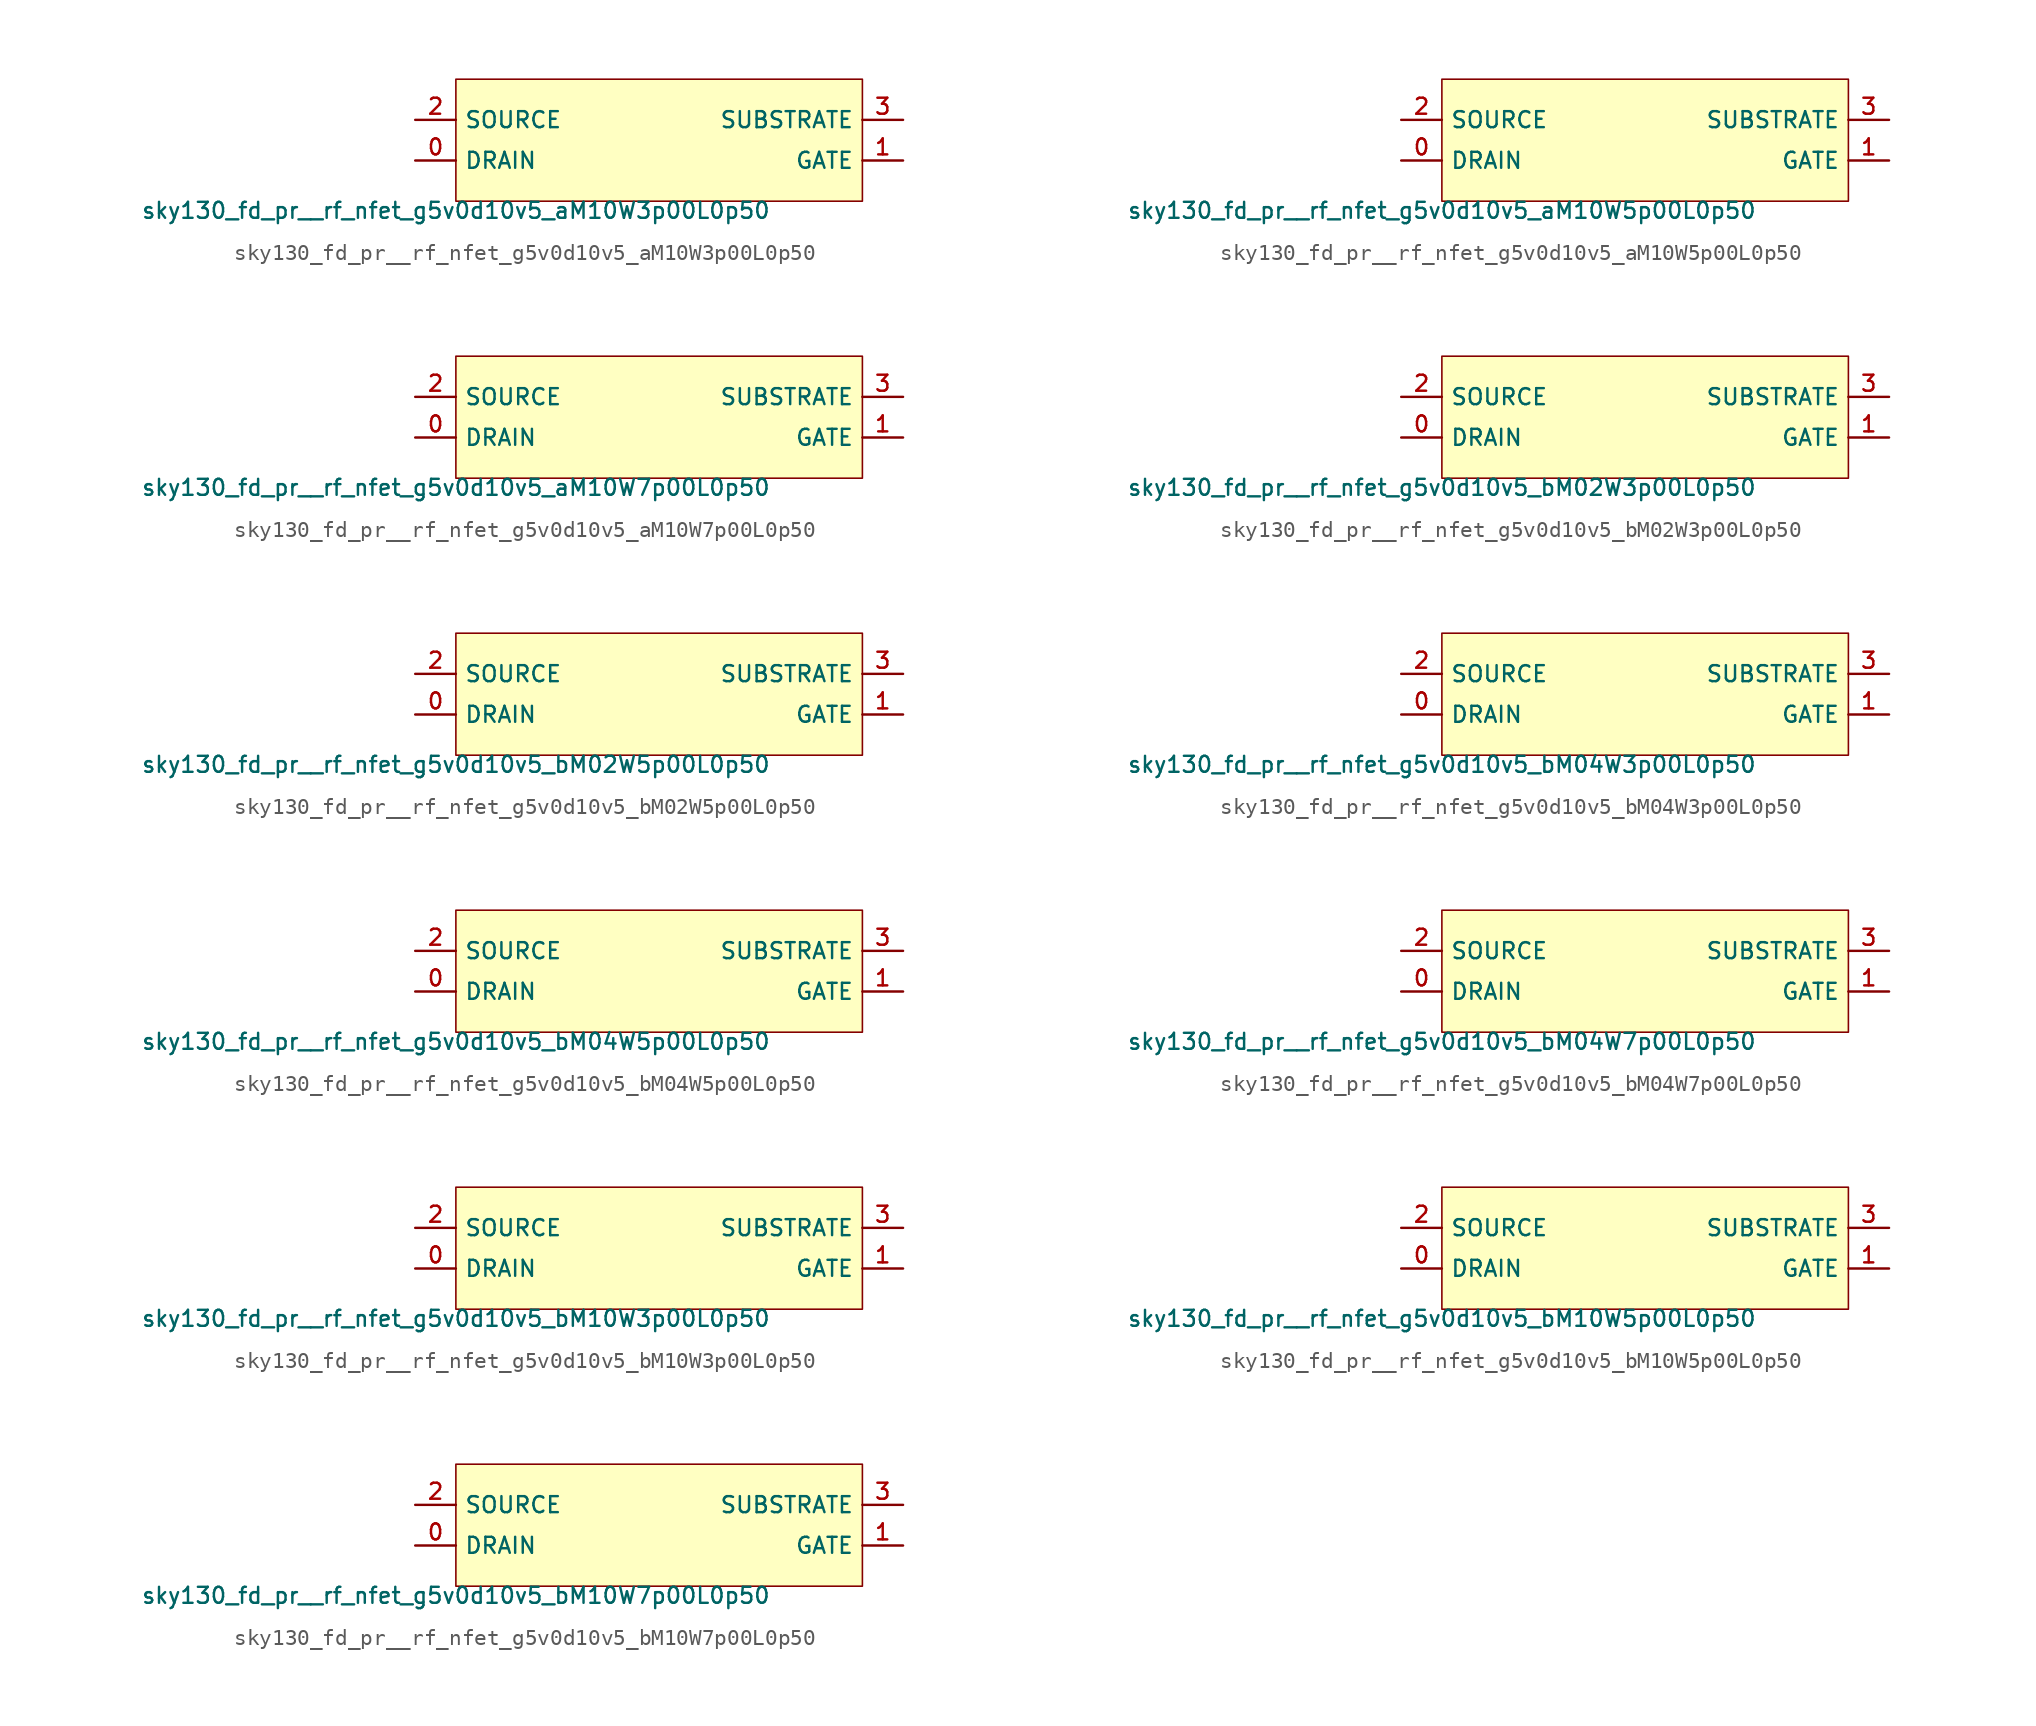
<source format=kicad_sym>
(kicad_symbol_lib
  (version 20211014)
  (generator lef2kicad_sym)
  (symbol "sky130_fd_pr__rf_nfet_g5v0d10v5_aM10W3p00L0p50"
    (property "Reference" "X"
      (at 0 0 0)
      (effects (font (size 1 1)) hide))
    (property "Value" "sky130_fd_pr__rf_nfet_g5v0d10v5_aM10W3p00L0p50"
      (at -12.7 -3.81 0)
      (effects (font (size 1 1)) (justify top)))
    (rectangle
      (start -12.7 -3.81)
      (end 12.7 3.81)
      (stroke (width 0.1) (type solid) (color 0 0 0 0))
      (fill (type background)))
    (pin bidirectional line
      (at -15.24 -1.27 0)
      (length 2.54)
      (name "DRAIN" (effects (font (size 1 1)) hide))
      (number "0" (effects (font (size 1 1)) hide)))
    (pin bidirectional line
      (at 15.24 -1.27 180)
      (length 2.54)
      (name "GATE" (effects (font (size 1 1)) hide))
      (number "1" (effects (font (size 1 1)) hide)))
    (pin bidirectional line
      (at -15.24 1.27 0)
      (length 2.54)
      (name "SOURCE" (effects (font (size 1 1)) hide))
      (number "2" (effects (font (size 1 1)) hide)))
    (pin bidirectional line
      (at 15.24 1.27 180)
      (length 2.54)
      (name "SUBSTRATE" (effects (font (size 1 1)) hide))
      (number "3" (effects (font (size 1 1)) hide))))
  (symbol "sky130_fd_pr__rf_nfet_g5v0d10v5_aM10W5p00L0p50"
    (property "Reference" "X"
      (at 0 0 0)
      (effects (font (size 1 1)) hide))
    (property "Value" "sky130_fd_pr__rf_nfet_g5v0d10v5_aM10W5p00L0p50"
      (at -12.7 -3.81 0)
      (effects (font (size 1 1)) (justify top)))
    (rectangle
      (start -12.7 -3.81)
      (end 12.7 3.81)
      (stroke (width 0.1) (type solid) (color 0 0 0 0))
      (fill (type background)))
    (pin bidirectional line
      (at -15.24 -1.27 0)
      (length 2.54)
      (name "DRAIN" (effects (font (size 1 1)) hide))
      (number "0" (effects (font (size 1 1)) hide)))
    (pin bidirectional line
      (at 15.24 -1.27 180)
      (length 2.54)
      (name "GATE" (effects (font (size 1 1)) hide))
      (number "1" (effects (font (size 1 1)) hide)))
    (pin bidirectional line
      (at -15.24 1.27 0)
      (length 2.54)
      (name "SOURCE" (effects (font (size 1 1)) hide))
      (number "2" (effects (font (size 1 1)) hide)))
    (pin bidirectional line
      (at 15.24 1.27 180)
      (length 2.54)
      (name "SUBSTRATE" (effects (font (size 1 1)) hide))
      (number "3" (effects (font (size 1 1)) hide))))
  (symbol "sky130_fd_pr__rf_nfet_g5v0d10v5_aM10W7p00L0p50"
    (property "Reference" "X"
      (at 0 0 0)
      (effects (font (size 1 1)) hide))
    (property "Value" "sky130_fd_pr__rf_nfet_g5v0d10v5_aM10W7p00L0p50"
      (at -12.7 -3.81 0)
      (effects (font (size 1 1)) (justify top)))
    (rectangle
      (start -12.7 -3.81)
      (end 12.7 3.81)
      (stroke (width 0.1) (type solid) (color 0 0 0 0))
      (fill (type background)))
    (pin bidirectional line
      (at -15.24 -1.27 0)
      (length 2.54)
      (name "DRAIN" (effects (font (size 1 1)) hide))
      (number "0" (effects (font (size 1 1)) hide)))
    (pin bidirectional line
      (at 15.24 -1.27 180)
      (length 2.54)
      (name "GATE" (effects (font (size 1 1)) hide))
      (number "1" (effects (font (size 1 1)) hide)))
    (pin bidirectional line
      (at -15.24 1.27 0)
      (length 2.54)
      (name "SOURCE" (effects (font (size 1 1)) hide))
      (number "2" (effects (font (size 1 1)) hide)))
    (pin bidirectional line
      (at 15.24 1.27 180)
      (length 2.54)
      (name "SUBSTRATE" (effects (font (size 1 1)) hide))
      (number "3" (effects (font (size 1 1)) hide))))
  (symbol "sky130_fd_pr__rf_nfet_g5v0d10v5_bM02W3p00L0p50"
    (property "Reference" "X"
      (at 0 0 0)
      (effects (font (size 1 1)) hide))
    (property "Value" "sky130_fd_pr__rf_nfet_g5v0d10v5_bM02W3p00L0p50"
      (at -12.7 -3.81 0)
      (effects (font (size 1 1)) (justify top)))
    (rectangle
      (start -12.7 -3.81)
      (end 12.7 3.81)
      (stroke (width 0.1) (type solid) (color 0 0 0 0))
      (fill (type background)))
    (pin bidirectional line
      (at -15.24 -1.27 0)
      (length 2.54)
      (name "DRAIN" (effects (font (size 1 1)) hide))
      (number "0" (effects (font (size 1 1)) hide)))
    (pin bidirectional line
      (at 15.24 -1.27 180)
      (length 2.54)
      (name "GATE" (effects (font (size 1 1)) hide))
      (number "1" (effects (font (size 1 1)) hide)))
    (pin bidirectional line
      (at -15.24 1.27 0)
      (length 2.54)
      (name "SOURCE" (effects (font (size 1 1)) hide))
      (number "2" (effects (font (size 1 1)) hide)))
    (pin bidirectional line
      (at 15.24 1.27 180)
      (length 2.54)
      (name "SUBSTRATE" (effects (font (size 1 1)) hide))
      (number "3" (effects (font (size 1 1)) hide))))
  (symbol "sky130_fd_pr__rf_nfet_g5v0d10v5_bM02W5p00L0p50"
    (property "Reference" "X"
      (at 0 0 0)
      (effects (font (size 1 1)) hide))
    (property "Value" "sky130_fd_pr__rf_nfet_g5v0d10v5_bM02W5p00L0p50"
      (at -12.7 -3.81 0)
      (effects (font (size 1 1)) (justify top)))
    (rectangle
      (start -12.7 -3.81)
      (end 12.7 3.81)
      (stroke (width 0.1) (type solid) (color 0 0 0 0))
      (fill (type background)))
    (pin bidirectional line
      (at -15.24 -1.27 0)
      (length 2.54)
      (name "DRAIN" (effects (font (size 1 1)) hide))
      (number "0" (effects (font (size 1 1)) hide)))
    (pin bidirectional line
      (at 15.24 -1.27 180)
      (length 2.54)
      (name "GATE" (effects (font (size 1 1)) hide))
      (number "1" (effects (font (size 1 1)) hide)))
    (pin bidirectional line
      (at -15.24 1.27 0)
      (length 2.54)
      (name "SOURCE" (effects (font (size 1 1)) hide))
      (number "2" (effects (font (size 1 1)) hide)))
    (pin bidirectional line
      (at 15.24 1.27 180)
      (length 2.54)
      (name "SUBSTRATE" (effects (font (size 1 1)) hide))
      (number "3" (effects (font (size 1 1)) hide))))
  (symbol "sky130_fd_pr__rf_nfet_g5v0d10v5_bM04W3p00L0p50"
    (property "Reference" "X"
      (at 0 0 0)
      (effects (font (size 1 1)) hide))
    (property "Value" "sky130_fd_pr__rf_nfet_g5v0d10v5_bM04W3p00L0p50"
      (at -12.7 -3.81 0)
      (effects (font (size 1 1)) (justify top)))
    (rectangle
      (start -12.7 -3.81)
      (end 12.7 3.81)
      (stroke (width 0.1) (type solid) (color 0 0 0 0))
      (fill (type background)))
    (pin bidirectional line
      (at -15.24 -1.27 0)
      (length 2.54)
      (name "DRAIN" (effects (font (size 1 1)) hide))
      (number "0" (effects (font (size 1 1)) hide)))
    (pin bidirectional line
      (at 15.24 -1.27 180)
      (length 2.54)
      (name "GATE" (effects (font (size 1 1)) hide))
      (number "1" (effects (font (size 1 1)) hide)))
    (pin bidirectional line
      (at -15.24 1.27 0)
      (length 2.54)
      (name "SOURCE" (effects (font (size 1 1)) hide))
      (number "2" (effects (font (size 1 1)) hide)))
    (pin bidirectional line
      (at 15.24 1.27 180)
      (length 2.54)
      (name "SUBSTRATE" (effects (font (size 1 1)) hide))
      (number "3" (effects (font (size 1 1)) hide))))
  (symbol "sky130_fd_pr__rf_nfet_g5v0d10v5_bM04W5p00L0p50"
    (property "Reference" "X"
      (at 0 0 0)
      (effects (font (size 1 1)) hide))
    (property "Value" "sky130_fd_pr__rf_nfet_g5v0d10v5_bM04W5p00L0p50"
      (at -12.7 -3.81 0)
      (effects (font (size 1 1)) (justify top)))
    (rectangle
      (start -12.7 -3.81)
      (end 12.7 3.81)
      (stroke (width 0.1) (type solid) (color 0 0 0 0))
      (fill (type background)))
    (pin bidirectional line
      (at -15.24 -1.27 0)
      (length 2.54)
      (name "DRAIN" (effects (font (size 1 1)) hide))
      (number "0" (effects (font (size 1 1)) hide)))
    (pin bidirectional line
      (at 15.24 -1.27 180)
      (length 2.54)
      (name "GATE" (effects (font (size 1 1)) hide))
      (number "1" (effects (font (size 1 1)) hide)))
    (pin bidirectional line
      (at -15.24 1.27 0)
      (length 2.54)
      (name "SOURCE" (effects (font (size 1 1)) hide))
      (number "2" (effects (font (size 1 1)) hide)))
    (pin bidirectional line
      (at 15.24 1.27 180)
      (length 2.54)
      (name "SUBSTRATE" (effects (font (size 1 1)) hide))
      (number "3" (effects (font (size 1 1)) hide))))
  (symbol "sky130_fd_pr__rf_nfet_g5v0d10v5_bM04W7p00L0p50"
    (property "Reference" "X"
      (at 0 0 0)
      (effects (font (size 1 1)) hide))
    (property "Value" "sky130_fd_pr__rf_nfet_g5v0d10v5_bM04W7p00L0p50"
      (at -12.7 -3.81 0)
      (effects (font (size 1 1)) (justify top)))
    (rectangle
      (start -12.7 -3.81)
      (end 12.7 3.81)
      (stroke (width 0.1) (type solid) (color 0 0 0 0))
      (fill (type background)))
    (pin bidirectional line
      (at -15.24 -1.27 0)
      (length 2.54)
      (name "DRAIN" (effects (font (size 1 1)) hide))
      (number "0" (effects (font (size 1 1)) hide)))
    (pin bidirectional line
      (at 15.24 -1.27 180)
      (length 2.54)
      (name "GATE" (effects (font (size 1 1)) hide))
      (number "1" (effects (font (size 1 1)) hide)))
    (pin bidirectional line
      (at -15.24 1.27 0)
      (length 2.54)
      (name "SOURCE" (effects (font (size 1 1)) hide))
      (number "2" (effects (font (size 1 1)) hide)))
    (pin bidirectional line
      (at 15.24 1.27 180)
      (length 2.54)
      (name "SUBSTRATE" (effects (font (size 1 1)) hide))
      (number "3" (effects (font (size 1 1)) hide))))
  (symbol "sky130_fd_pr__rf_nfet_g5v0d10v5_bM10W3p00L0p50"
    (property "Reference" "X"
      (at 0 0 0)
      (effects (font (size 1 1)) hide))
    (property "Value" "sky130_fd_pr__rf_nfet_g5v0d10v5_bM10W3p00L0p50"
      (at -12.7 -3.81 0)
      (effects (font (size 1 1)) (justify top)))
    (rectangle
      (start -12.7 -3.81)
      (end 12.7 3.81)
      (stroke (width 0.1) (type solid) (color 0 0 0 0))
      (fill (type background)))
    (pin bidirectional line
      (at -15.24 -1.27 0)
      (length 2.54)
      (name "DRAIN" (effects (font (size 1 1)) hide))
      (number "0" (effects (font (size 1 1)) hide)))
    (pin bidirectional line
      (at 15.24 -1.27 180)
      (length 2.54)
      (name "GATE" (effects (font (size 1 1)) hide))
      (number "1" (effects (font (size 1 1)) hide)))
    (pin bidirectional line
      (at -15.24 1.27 0)
      (length 2.54)
      (name "SOURCE" (effects (font (size 1 1)) hide))
      (number "2" (effects (font (size 1 1)) hide)))
    (pin bidirectional line
      (at 15.24 1.27 180)
      (length 2.54)
      (name "SUBSTRATE" (effects (font (size 1 1)) hide))
      (number "3" (effects (font (size 1 1)) hide))))
  (symbol "sky130_fd_pr__rf_nfet_g5v0d10v5_bM10W5p00L0p50"
    (property "Reference" "X"
      (at 0 0 0)
      (effects (font (size 1 1)) hide))
    (property "Value" "sky130_fd_pr__rf_nfet_g5v0d10v5_bM10W5p00L0p50"
      (at -12.7 -3.81 0)
      (effects (font (size 1 1)) (justify top)))
    (rectangle
      (start -12.7 -3.81)
      (end 12.7 3.81)
      (stroke (width 0.1) (type solid) (color 0 0 0 0))
      (fill (type background)))
    (pin bidirectional line
      (at -15.24 -1.27 0)
      (length 2.54)
      (name "DRAIN" (effects (font (size 1 1)) hide))
      (number "0" (effects (font (size 1 1)) hide)))
    (pin bidirectional line
      (at 15.24 -1.27 180)
      (length 2.54)
      (name "GATE" (effects (font (size 1 1)) hide))
      (number "1" (effects (font (size 1 1)) hide)))
    (pin bidirectional line
      (at -15.24 1.27 0)
      (length 2.54)
      (name "SOURCE" (effects (font (size 1 1)) hide))
      (number "2" (effects (font (size 1 1)) hide)))
    (pin bidirectional line
      (at 15.24 1.27 180)
      (length 2.54)
      (name "SUBSTRATE" (effects (font (size 1 1)) hide))
      (number "3" (effects (font (size 1 1)) hide))))
  (symbol "sky130_fd_pr__rf_nfet_g5v0d10v5_bM10W7p00L0p50"
    (property "Reference" "X"
      (at 0 0 0)
      (effects (font (size 1 1)) hide))
    (property "Value" "sky130_fd_pr__rf_nfet_g5v0d10v5_bM10W7p00L0p50"
      (at -12.7 -3.81 0)
      (effects (font (size 1 1)) (justify top)))
    (rectangle
      (start -12.7 -3.81)
      (end 12.7 3.81)
      (stroke (width 0.1) (type solid) (color 0 0 0 0))
      (fill (type background)))
    (pin bidirectional line
      (at -15.24 -1.27 0)
      (length 2.54)
      (name "DRAIN" (effects (font (size 1 1)) hide))
      (number "0" (effects (font (size 1 1)) hide)))
    (pin bidirectional line
      (at 15.24 -1.27 180)
      (length 2.54)
      (name "GATE" (effects (font (size 1 1)) hide))
      (number "1" (effects (font (size 1 1)) hide)))
    (pin bidirectional line
      (at -15.24 1.27 0)
      (length 2.54)
      (name "SOURCE" (effects (font (size 1 1)) hide))
      (number "2" (effects (font (size 1 1)) hide)))
    (pin bidirectional line
      (at 15.24 1.27 180)
      (length 2.54)
      (name "SUBSTRATE" (effects (font (size 1 1)) hide))
      (number "3" (effects (font (size 1 1)) hide)))))
</source>
